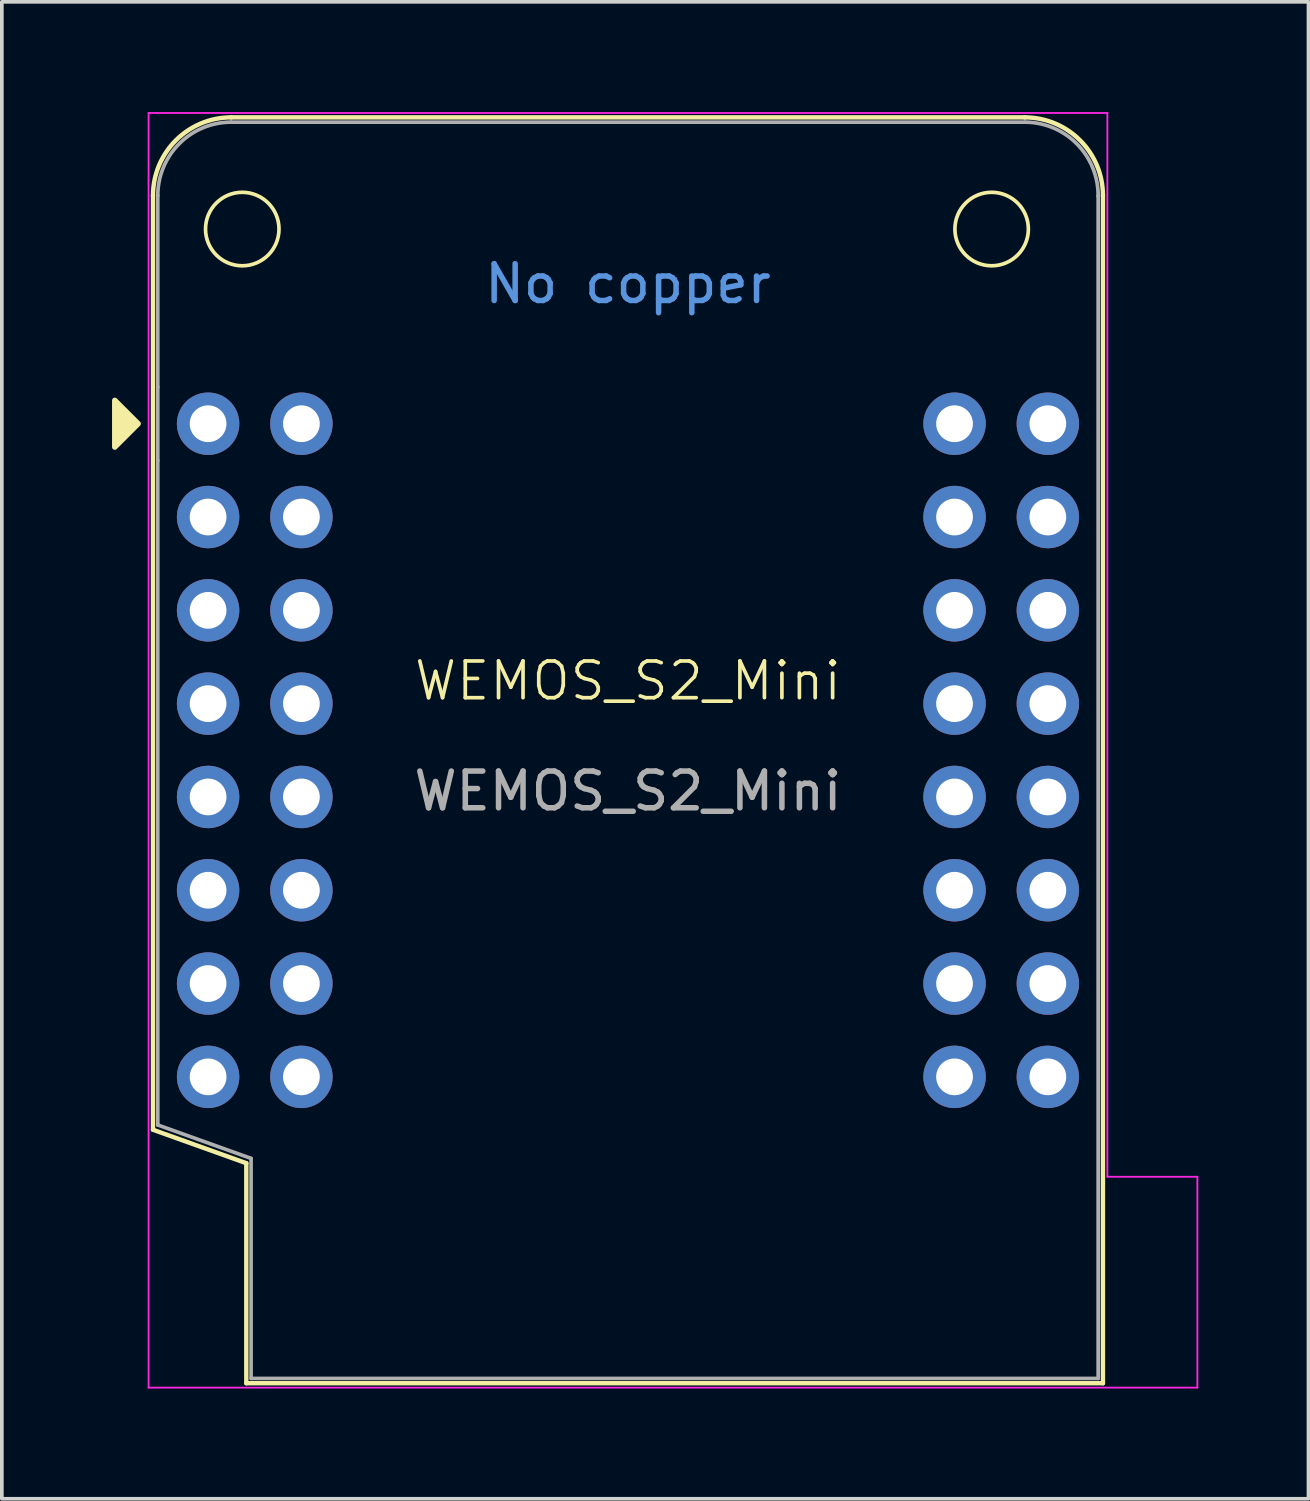
<source format=kicad_pcb>
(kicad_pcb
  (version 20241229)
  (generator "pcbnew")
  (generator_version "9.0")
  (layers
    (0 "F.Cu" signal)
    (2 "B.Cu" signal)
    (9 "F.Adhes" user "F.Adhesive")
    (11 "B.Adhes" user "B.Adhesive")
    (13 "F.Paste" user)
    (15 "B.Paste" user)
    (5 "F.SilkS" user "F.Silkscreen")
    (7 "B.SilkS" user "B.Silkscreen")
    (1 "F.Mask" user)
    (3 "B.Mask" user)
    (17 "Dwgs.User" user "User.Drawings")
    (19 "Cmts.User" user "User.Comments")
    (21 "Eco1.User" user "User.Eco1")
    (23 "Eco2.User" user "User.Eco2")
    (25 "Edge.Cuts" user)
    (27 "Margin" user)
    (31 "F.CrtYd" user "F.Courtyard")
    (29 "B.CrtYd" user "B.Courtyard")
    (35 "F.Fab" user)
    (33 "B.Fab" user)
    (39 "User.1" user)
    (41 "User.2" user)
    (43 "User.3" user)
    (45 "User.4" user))
  (footprint "WEMOS_S2_Mini"
    (layer "F.Cu")
    (at 14.045 15.985)
    (property "Reference" "WEMOS_S2_Mini" (at 0 -0.5 0) (unlocked yes) (layer "F.SilkS") (effects (font (size 1 1) (thickness 0.1))))
    (attr smd)
    (fp_line (start -12.93 11.72) (end -12.93 -13.71) (stroke (width 0.12) (type solid)) (layer "F.SilkS"))
    (fp_line (start -12.93 11.72) (end -10.39 12.63) (stroke (width 0.12) (type solid)) (layer "F.SilkS"))
    (fp_line (start -10.39 12.63) (end -10.39 18.62) (stroke (width 0.12) (type solid)) (layer "F.SilkS"))
    (fp_line (start -10.39 18.62) (end 12.93 18.62) (stroke (width 0.12) (type solid)) (layer "F.SilkS"))
    (fp_line (start 10.81 -15.84) (end -10.8 -15.84) (stroke (width 0.12) (type solid)) (layer "F.SilkS"))
    (fp_line (start 12.93 18.62) (end 12.93 -13.71) (stroke (width 0.12) (type solid)) (layer "F.SilkS"))
    (fp_arc (start -12.93 -13.71) (mid -12.306137 -15.216137) (end -10.8 -15.84) (stroke (width 0.12) (type solid)) (layer "F.SilkS"))
    (fp_arc (start 10.8 -15.84) (mid 12.306137 -15.216137) (end 12.93 -13.71) (stroke (width 0.12) (type solid)) (layer "F.SilkS"))
    (fp_circle (center -10.5 -12.8) (end -9.5 -12.8) (stroke (width 0.1) (type default)) (fill no) (layer "F.SilkS"))
    (fp_circle (center 9.9 -12.8) (end 10.9 -12.8) (stroke (width 0.1) (type default)) (fill no) (layer "F.SilkS"))
    (fp_poly (pts (xy -13.97 -8.135) (xy -13.97 -6.865) (xy -13.335 -7.5)) (stroke (width 0.15) (type solid)) (fill yes) (layer "F.SilkS"))
    (fp_line (start -13.05 -15.96) (end 13.05 -15.96) (stroke (width 0.05) (type solid)) (layer "F.CrtYd"))
    (fp_line (start -13.05 18.74) (end -13.05 -15.96) (stroke (width 0.05) (type solid)) (layer "F.CrtYd"))
    (fp_line (start 13.05 -15.96) (end 13.05 13) (stroke (width 0.05) (type solid)) (layer "F.CrtYd"))
    (fp_line (start 13.05 13) (end 15.5 13) (stroke (width 0.05) (type default)) (layer "F.CrtYd"))
    (fp_line (start 15.5 18.74) (end -13.05 18.74) (stroke (width 0.05) (type solid)) (layer "F.CrtYd"))
    (fp_line (start 15.5 18.74) (end 15.5 13) (stroke (width 0.05) (type default)) (layer "F.CrtYd"))
    (fp_line (start -12.8 -13.71) (end -12.8 -8.5) (stroke (width 0.1) (type solid)) (layer "F.Fab"))
    (fp_line (start -12.8 -6.5) (end -12.8 -8.5) (stroke (width 0.1) (type solid)) (layer "F.Fab"))
    (fp_line (start -12.8 -6.5) (end -12.8 11.59) (stroke (width 0.1) (type solid)) (layer "F.Fab"))
    (fp_line (start -12.8 11.59) (end -10.26 12.5) (stroke (width 0.1) (type solid)) (layer "F.Fab"))
    (fp_line (start -10.26 12.5) (end -10.26 18.49) (stroke (width 0.1) (type solid)) (layer "F.Fab"))
    (fp_line (start -10.26 18.49) (end 12.8 18.49) (stroke (width 0.1) (type solid)) (layer "F.Fab"))
    (fp_line (start 10.8 -15.71) (end -10.8 -15.71) (stroke (width 0.1) (type solid)) (layer "F.Fab"))
    (fp_line (start 12.8 18.49) (end 12.8 -13.71) (stroke (width 0.1) (type solid)) (layer "F.Fab"))
    (fp_arc (start -12.8 -13.71) (mid -12.214214 -15.124214) (end -10.8 -15.71) (stroke (width 0.1) (type solid)) (layer "F.Fab"))
    (fp_arc (start 10.82 -15.71) (mid 12.228356 -15.110071) (end 12.8 -13.69) (stroke (width 0.1) (type solid)) (layer "F.Fab"))
    (fp_text user "No copper" (at 0 -11.31 0) (layer "Cmts.User") (effects (font (size 1 1) (thickness 0.15))))
    (fp_text user "${REFERENCE}" (at 0 2.5 0) (layer "F.Fab") (effects (font (size 1 1) (thickness 0.15))))
    (pad "1" thru_hole oval (at -11.43 -7.5) (size 1.7 1.7) (drill 1) (layers "*.Cu" "*.Mask"))
    (pad "2" thru_hole oval (at -11.43 -4.96) (size 1.7 1.7) (drill 1) (layers "*.Cu" "*.Mask"))
    (pad "3" thru_hole oval (at -11.43 -2.42) (size 1.7 1.7) (drill 1) (layers "*.Cu" "*.Mask"))
    (pad "4" thru_hole oval (at -11.43 0.12) (size 1.7 1.7) (drill 1) (layers "*.Cu" "*.Mask"))
    (pad "5" thru_hole oval (at -11.43 2.66) (size 1.7 1.7) (drill 1) (layers "*.Cu" "*.Mask"))
    (pad "6" thru_hole oval (at -11.43 5.2) (size 1.7 1.7) (drill 1) (layers "*.Cu" "*.Mask"))
    (pad "7" thru_hole oval (at -11.43 7.74) (size 1.7 1.7) (drill 1) (layers "*.Cu" "*.Mask"))
    (pad "8" thru_hole oval (at -11.43 10.28) (size 1.7 1.7) (drill 1) (layers "*.Cu" "*.Mask"))
    (pad "9" thru_hole oval (at -8.89 -7.5) (size 1.7 1.7) (drill 1) (layers "*.Cu" "*.Mask"))
    (pad "10" thru_hole oval (at -8.89 -4.96) (size 1.7 1.7) (drill 1) (layers "*.Cu" "*.Mask"))
    (pad "11" thru_hole oval (at -8.89 -2.42) (size 1.7 1.7) (drill 1) (layers "*.Cu" "*.Mask"))
    (pad "12" thru_hole oval (at -8.89 0.12) (size 1.7 1.7) (drill 1) (layers "*.Cu" "*.Mask"))
    (pad "13" thru_hole oval (at -8.89 2.66) (size 1.7 1.7) (drill 1) (layers "*.Cu" "*.Mask"))
    (pad "14" thru_hole oval (at -8.89 5.2) (size 1.7 1.7) (drill 1) (layers "*.Cu" "*.Mask"))
    (pad "15" thru_hole oval (at -8.89 7.74) (size 1.7 1.7) (drill 1) (layers "*.Cu" "*.Mask"))
    (pad "16" thru_hole oval (at -8.89 10.28) (size 1.7 1.7) (drill 1) (layers "*.Cu" "*.Mask"))
    (pad "17" thru_hole circle (at 8.89 -7.5) (size 1.7 1.7) (drill 1) (layers "*.Cu" "*.Mask"))
    (pad "18" thru_hole oval (at 8.89 -4.96) (size 1.7 1.7) (drill 1) (layers "*.Cu" "*.Mask"))
    (pad "19" thru_hole oval (at 8.89 -2.42) (size 1.7 1.7) (drill 1) (layers "*.Cu" "*.Mask"))
    (pad "20" thru_hole oval (at 8.89 0.12) (size 1.7 1.7) (drill 1) (layers "*.Cu" "*.Mask"))
    (pad "21" thru_hole oval (at 8.89 2.66) (size 1.7 1.7) (drill 1) (layers "*.Cu" "*.Mask"))
    (pad "22" thru_hole oval (at 8.89 5.2) (size 1.7 1.7) (drill 1) (layers "*.Cu" "*.Mask"))
    (pad "23" thru_hole oval (at 8.89 7.74) (size 1.7 1.7) (drill 1) (layers "*.Cu" "*.Mask"))
    (pad "23" thru_hole oval (at 11.43 7.74) (size 1.7 1.7) (drill 1) (layers "*.Cu" "*.Mask"))
    (pad "24" thru_hole oval (at 8.89 10.28) (size 1.7 1.7) (drill 1) (layers "*.Cu" "*.Mask"))
    (pad "25" thru_hole oval (at 11.43 -7.5) (size 1.7 1.7) (drill 1) (layers "*.Cu" "*.Mask"))
    (pad "26" thru_hole oval (at 11.43 -4.96) (size 1.7 1.7) (drill 1) (layers "*.Cu" "*.Mask"))
    (pad "27" thru_hole oval (at 11.43 -2.42) (size 1.7 1.7) (drill 1) (layers "*.Cu" "*.Mask"))
    (pad "28" thru_hole oval (at 11.43 0.12) (size 1.7 1.7) (drill 1) (layers "*.Cu" "*.Mask"))
    (pad "29" thru_hole oval (at 11.43 2.66) (size 1.7 1.7) (drill 1) (layers "*.Cu" "*.Mask"))
    (pad "30" thru_hole oval (at 11.43 5.2) (size 1.7 1.7) (drill 1) (layers "*.Cu" "*.Mask"))
    (pad "32" thru_hole oval (at 11.43 10.28) (size 1.7 1.7) (drill 1) (layers "*.Cu" "*.Mask"))
    (zone (net_name "") (layers "F.Cu" "B.Cu" "Dwgs.User") (name "No Copper") (hatch edge 0.5) (connect_pads) (min_thickness 0.25) (filled_areas_thickness no) (keepout (tracks not_allowed) (vias not_allowed) (pads not_allowed) (copperpour not_allowed) (footprints not_allowed)) (placement (enabled no)) (fill) (polygon (pts (xy 1.265 0.285) (xy 26.865 0.285) (xy 26.865 7.085) (xy 1.265 7.085)))))
  (gr_rect
    (start -3 -3)
    (end 32.57 37.75)
    (stroke (width 0.1) (type default))
    (fill no)
    (layer "Edge.Cuts")))
</source>
